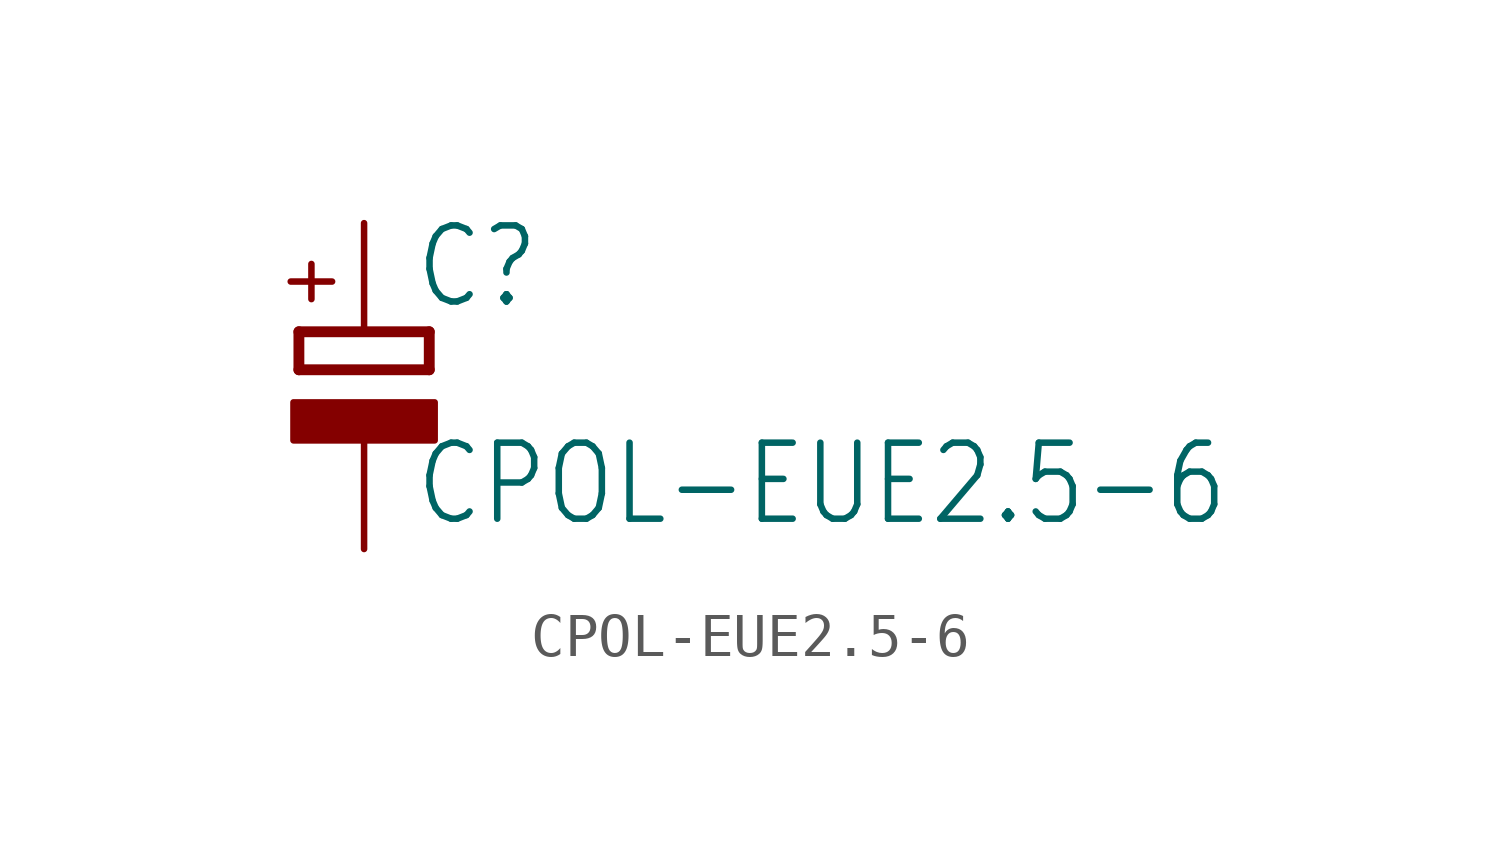
<source format=kicad_sym>
(kicad_symbol_lib
  (version 20210619)
  (generator kicad_symbol_editor)
  (symbol "CPOL-EUE2.5-6"
    (property "Reference" "C"
      (at 1.143 0.483 0)
      (effects (font (size 1.778 1.511)) (justify left bottom)))
    (property "Value" "CPOL-EUE2.5-6"
      (at 1.143 -4.597 0)
      (effects (font (size 1.778 1.511)) (justify left bottom)))
    (property "ki_locked" ""
      (at 0 0 0)
      (effects (font (size 1.27 1.27))))
    (symbol "CPOL-EUE2.5-6_1_0"
      (text "+" (at -0.584 0.406 900) (effects (font (size 1.27 1.079)) (justify left bottom)))
      (rectangle (start -1.651 -2.54) (end 1.651 -1.651) (stroke (width 0)) (fill (type outline)))
      (polyline (pts (xy -1.524 -0.889) (xy 1.524 -0.889)) (stroke (width 0.254)) (fill (type none)))
      (polyline (pts (xy -1.524 0) (xy -1.524 -0.889)) (stroke (width 0.254)) (fill (type none)))
      (polyline (pts (xy -1.524 0) (xy 1.524 0)) (stroke (width 0.254)) (fill (type none)))
      (polyline (pts (xy 1.524 -0.889) (xy 1.524 0)) (stroke (width 0.254)) (fill (type none)))
      (pin passive line (at 0 2.54 270) (length 2.54) (name "+" (effects (font (size 0 0)))) (number "+" (effects (font (size 0 0)))))
      (pin passive line (at 0 -5.08 90) (length 2.54) (name "-" (effects (font (size 0 0)))) (number "-" (effects (font (size 0 0))))))))
</source>
